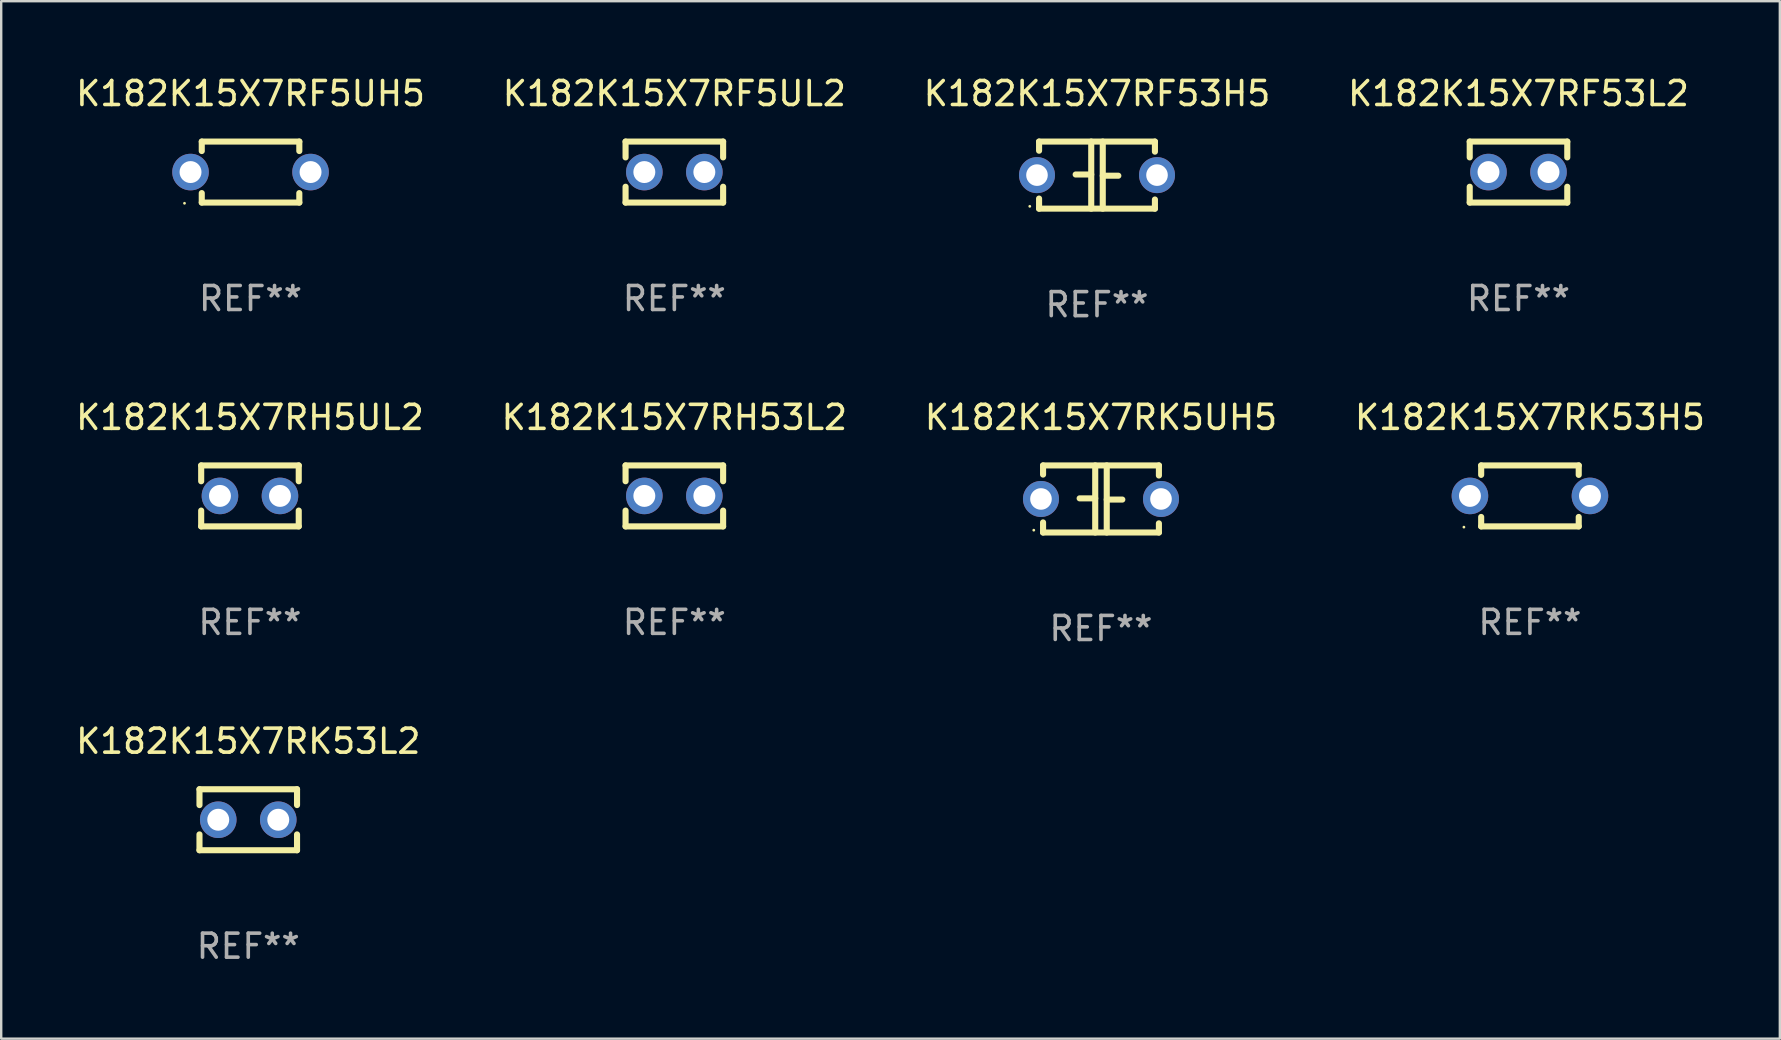
<source format=kicad_pcb>
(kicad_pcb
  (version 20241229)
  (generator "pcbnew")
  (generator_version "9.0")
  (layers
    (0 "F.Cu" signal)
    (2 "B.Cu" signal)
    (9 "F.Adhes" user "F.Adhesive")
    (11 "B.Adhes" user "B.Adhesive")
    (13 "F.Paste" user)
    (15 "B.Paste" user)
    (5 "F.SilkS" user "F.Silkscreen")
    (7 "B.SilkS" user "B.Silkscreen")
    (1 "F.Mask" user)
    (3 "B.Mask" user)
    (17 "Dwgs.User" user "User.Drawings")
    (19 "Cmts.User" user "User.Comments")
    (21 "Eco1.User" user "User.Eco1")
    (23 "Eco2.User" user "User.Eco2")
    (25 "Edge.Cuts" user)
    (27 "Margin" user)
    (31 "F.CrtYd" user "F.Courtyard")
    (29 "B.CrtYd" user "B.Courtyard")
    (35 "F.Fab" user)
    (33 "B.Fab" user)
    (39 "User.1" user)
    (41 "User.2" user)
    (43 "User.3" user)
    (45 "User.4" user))
  (footprint "K182K15X7RF53L2"
    (layer "F.Cu")
    (at 60.208 4.118)
    (property "Reference" "K182K15X7RF53L2" (at 0 -3.27 0) (layer "F.SilkS") (effects (font (size 1 1) (thickness 0.15))))
    (attr through_hole)
    (fp_line (start -2.032 -1.27) (end -2.032 -0.611) (stroke (width 0.254) (type solid)) (layer "F.SilkS"))
    (fp_line (start -2.032 0.611) (end -2.032 1.27) (stroke (width 0.254) (type solid)) (layer "F.SilkS"))
    (fp_line (start -2.032 1.27) (end 2.032 1.27) (stroke (width 0.254) (type solid)) (layer "F.SilkS"))
    (fp_line (start 2.032 -1.27) (end -2.032 -1.27) (stroke (width 0.254) (type solid)) (layer "F.SilkS"))
    (fp_line (start 2.032 -0.611) (end 2.032 -1.27) (stroke (width 0.254) (type solid)) (layer "F.SilkS"))
    (fp_line (start 2.032 1.27) (end 2.032 0.611) (stroke (width 0.254) (type solid)) (layer "F.SilkS"))
    (fp_circle (center -2 1.3) (end -1.97 1.3) (stroke (width 0.06) (type solid)) (fill no) (layer "F.SilkS"))
    (fp_text user "REF**" (at 0 5.27 0) (layer "F.Fab") (effects (font (size 1 1) (thickness 0.15))))
    (pad "1" thru_hole circle (at -1.25 0) (size 1.524 1.524) (drill 0.914) (layers "*.Cu" "*.Mask"))
    (pad "2" thru_hole circle (at 1.25 0) (size 1.524 1.524) (drill 0.914) (layers "*.Cu" "*.Mask")))
  (footprint "K182K15X7RF53H5"
    (layer "F.Cu")
    (at 42.649 4.245)
    (property "Reference" "K182K15X7RF53H5" (at 0 -3.397 0) (layer "F.SilkS") (effects (font (size 1 1) (thickness 0.15))))
    (attr through_hole)
    (fp_line (start -2.413 -1.397) (end 2.413 -1.397) (stroke (width 0.254) (type solid)) (layer "F.SilkS"))
    (fp_line (start -2.413 -1.016) (end -2.413 -1.397) (stroke (width 0.254) (type solid)) (layer "F.SilkS"))
    (fp_line (start -2.413 0.977) (end -2.413 1.397) (stroke (width 0.254) (type solid)) (layer "F.SilkS"))
    (fp_line (start -0.24 -0.025) (end -0.889 -0.025) (stroke (width 0.254) (type solid)) (layer "F.SilkS"))
    (fp_line (start -0.24 1.397) (end -0.24 -1.397) (stroke (width 0.254) (type solid)) (layer "F.SilkS"))
    (fp_line (start 0.24 -1.397) (end 0.24 1.397) (stroke (width 0.254) (type solid)) (layer "F.SilkS"))
    (fp_line (start 0.24 0.025) (end 0.889 0.025) (stroke (width 0.254) (type solid)) (layer "F.SilkS"))
    (fp_line (start 2.413 -0.977) (end 2.413 -1.397) (stroke (width 0.254) (type solid)) (layer "F.SilkS"))
    (fp_line (start 2.413 1.016) (end 2.413 1.397) (stroke (width 0.254) (type solid)) (layer "F.SilkS"))
    (fp_line (start 2.413 1.397) (end -2.413 1.397) (stroke (width 0.254) (type solid)) (layer "F.SilkS"))
    (fp_circle (center -2.8 1.3) (end -2.77 1.3) (stroke (width 0.06) (type solid)) (fill no) (layer "F.SilkS"))
    (fp_text user "REF**" (at 0 5.397 0) (layer "F.Fab") (effects (font (size 1 1) (thickness 0.15))))
    (pad "1" thru_hole circle (at -2.5 0) (size 1.5 1.5) (drill 0.9) (layers "*.Cu" "*.Mask"))
    (pad "2" thru_hole circle (at 2.5 0) (size 1.5 1.5) (drill 0.9) (layers "*.Cu" "*.Mask")))
  (footprint "K182K15X7RH53L2"
    (layer "F.Cu")
    (at 25.042 17.609)
    (property "Reference" "K182K15X7RH53L2" (at 0 -3.27 0) (layer "F.SilkS") (effects (font (size 1 1) (thickness 0.15))))
    (attr through_hole)
    (fp_line (start -2.032 -1.27) (end -2.032 -0.611) (stroke (width 0.254) (type solid)) (layer "F.SilkS"))
    (fp_line (start -2.032 0.611) (end -2.032 1.27) (stroke (width 0.254) (type solid)) (layer "F.SilkS"))
    (fp_line (start -2.032 1.27) (end 2.032 1.27) (stroke (width 0.254) (type solid)) (layer "F.SilkS"))
    (fp_line (start 2.032 -1.27) (end -2.032 -1.27) (stroke (width 0.254) (type solid)) (layer "F.SilkS"))
    (fp_line (start 2.032 -0.611) (end 2.032 -1.27) (stroke (width 0.254) (type solid)) (layer "F.SilkS"))
    (fp_line (start 2.032 1.27) (end 2.032 0.611) (stroke (width 0.254) (type solid)) (layer "F.SilkS"))
    (fp_circle (center -2 1.3) (end -1.97 1.3) (stroke (width 0.06) (type solid)) (fill no) (layer "F.SilkS"))
    (fp_text user "REF**" (at 0 5.27 0) (layer "F.Fab") (effects (font (size 1 1) (thickness 0.15))))
    (pad "1" thru_hole circle (at -1.25 0) (size 1.524 1.524) (drill 0.914) (layers "*.Cu" "*.Mask"))
    (pad "2" thru_hole circle (at 1.25 0) (size 1.524 1.524) (drill 0.914) (layers "*.Cu" "*.Mask")))
  (footprint "K182K15X7RK53L2"
    (layer "F.Cu")
    (at 7.292 31.099)
    (property "Reference" "K182K15X7RK53L2" (at 0 -3.27 0) (layer "F.SilkS") (effects (font (size 1 1) (thickness 0.15))))
    (attr through_hole)
    (fp_line (start -2.032 -1.27) (end -2.032 -0.611) (stroke (width 0.254) (type solid)) (layer "F.SilkS"))
    (fp_line (start -2.032 0.611) (end -2.032 1.27) (stroke (width 0.254) (type solid)) (layer "F.SilkS"))
    (fp_line (start -2.032 1.27) (end 2.032 1.27) (stroke (width 0.254) (type solid)) (layer "F.SilkS"))
    (fp_line (start 2.032 -1.27) (end -2.032 -1.27) (stroke (width 0.254) (type solid)) (layer "F.SilkS"))
    (fp_line (start 2.032 -0.611) (end 2.032 -1.27) (stroke (width 0.254) (type solid)) (layer "F.SilkS"))
    (fp_line (start 2.032 1.27) (end 2.032 0.611) (stroke (width 0.254) (type solid)) (layer "F.SilkS"))
    (fp_circle (center -2 1.3) (end -1.97 1.3) (stroke (width 0.06) (type solid)) (fill no) (layer "F.SilkS"))
    (fp_text user "REF**" (at 0 5.27 0) (layer "F.Fab") (effects (font (size 1 1) (thickness 0.15))))
    (pad "1" thru_hole circle (at -1.25 0) (size 1.524 1.524) (drill 0.914) (layers "*.Cu" "*.Mask"))
    (pad "2" thru_hole circle (at 1.25 0) (size 1.524 1.524) (drill 0.914) (layers "*.Cu" "*.Mask")))
  (footprint "K182K15X7RK5UH5"
    (layer "F.Cu")
    (at 42.815 17.736)
    (property "Reference" "K182K15X7RK5UH5" (at 0 -3.397 0) (layer "F.SilkS") (effects (font (size 1 1) (thickness 0.15))))
    (attr through_hole)
    (fp_line (start -2.413 -1.397) (end 2.413 -1.397) (stroke (width 0.254) (type solid)) (layer "F.SilkS"))
    (fp_line (start -2.413 -1.016) (end -2.413 -1.397) (stroke (width 0.254) (type solid)) (layer "F.SilkS"))
    (fp_line (start -2.413 0.977) (end -2.413 1.397) (stroke (width 0.254) (type solid)) (layer "F.SilkS"))
    (fp_line (start -0.24 -0.025) (end -0.889 -0.025) (stroke (width 0.254) (type solid)) (layer "F.SilkS"))
    (fp_line (start -0.24 1.397) (end -0.24 -1.397) (stroke (width 0.254) (type solid)) (layer "F.SilkS"))
    (fp_line (start 0.24 -1.397) (end 0.24 1.397) (stroke (width 0.254) (type solid)) (layer "F.SilkS"))
    (fp_line (start 0.24 0.025) (end 0.889 0.025) (stroke (width 0.254) (type solid)) (layer "F.SilkS"))
    (fp_line (start 2.413 -0.977) (end 2.413 -1.397) (stroke (width 0.254) (type solid)) (layer "F.SilkS"))
    (fp_line (start 2.413 1.016) (end 2.413 1.397) (stroke (width 0.254) (type solid)) (layer "F.SilkS"))
    (fp_line (start 2.413 1.397) (end -2.413 1.397) (stroke (width 0.254) (type solid)) (layer "F.SilkS"))
    (fp_circle (center -2.8 1.3) (end -2.77 1.3) (stroke (width 0.06) (type solid)) (fill no) (layer "F.SilkS"))
    (fp_text user "REF**" (at 0 5.397 0) (layer "F.Fab") (effects (font (size 1 1) (thickness 0.15))))
    (pad "1" thru_hole circle (at -2.5 0) (size 1.5 1.5) (drill 0.9) (layers "*.Cu" "*.Mask"))
    (pad "2" thru_hole circle (at 2.5 0) (size 1.5 1.5) (drill 0.9) (layers "*.Cu" "*.Mask")))
  (footprint "K182K15X7RH5UL2"
    (layer "F.Cu")
    (at 7.363 17.609)
    (property "Reference" "K182K15X7RH5UL2" (at 0 -3.27 0) (layer "F.SilkS") (effects (font (size 1 1) (thickness 0.15))))
    (attr through_hole)
    (fp_line (start -2.032 -1.27) (end -2.032 -0.611) (stroke (width 0.254) (type solid)) (layer "F.SilkS"))
    (fp_line (start -2.032 0.611) (end -2.032 1.27) (stroke (width 0.254) (type solid)) (layer "F.SilkS"))
    (fp_line (start -2.032 1.27) (end 2.032 1.27) (stroke (width 0.254) (type solid)) (layer "F.SilkS"))
    (fp_line (start 2.032 -1.27) (end -2.032 -1.27) (stroke (width 0.254) (type solid)) (layer "F.SilkS"))
    (fp_line (start 2.032 -0.611) (end 2.032 -1.27) (stroke (width 0.254) (type solid)) (layer "F.SilkS"))
    (fp_line (start 2.032 1.27) (end 2.032 0.611) (stroke (width 0.254) (type solid)) (layer "F.SilkS"))
    (fp_circle (center -2 1.3) (end -1.97 1.3) (stroke (width 0.06) (type solid)) (fill no) (layer "F.SilkS"))
    (fp_text user "REF**" (at 0 5.27 0) (layer "F.Fab") (effects (font (size 1 1) (thickness 0.15))))
    (pad "1" thru_hole circle (at -1.25 0) (size 1.524 1.524) (drill 0.914) (layers "*.Cu" "*.Mask"))
    (pad "2" thru_hole circle (at 1.25 0) (size 1.524 1.524) (drill 0.914) (layers "*.Cu" "*.Mask")))
  (footprint "K182K15X7RF5UH5"
    (layer "F.Cu")
    (at 7.387 4.118)
    (property "Reference" "K182K15X7RF5UH5" (at 0 -3.27 0) (layer "F.SilkS") (effects (font (size 1 1) (thickness 0.15))))
    (attr through_hole)
    (fp_line (start -2.032 -1.27) (end -2.032 -0.876) (stroke (width 0.254) (type solid)) (layer "F.SilkS"))
    (fp_line (start -2.032 0.876) (end -2.032 1.27) (stroke (width 0.254) (type solid)) (layer "F.SilkS"))
    (fp_line (start -2.032 1.27) (end 2.032 1.27) (stroke (width 0.254) (type solid)) (layer "F.SilkS"))
    (fp_line (start 2.032 -1.27) (end -2.032 -1.27) (stroke (width 0.254) (type solid)) (layer "F.SilkS"))
    (fp_line (start 2.032 -0.876) (end 2.032 -1.27) (stroke (width 0.254) (type solid)) (layer "F.SilkS"))
    (fp_line (start 2.032 1.27) (end 2.032 0.876) (stroke (width 0.254) (type solid)) (layer "F.SilkS"))
    (fp_circle (center -2.751 1.3) (end -2.721 1.3) (stroke (width 0.06) (type solid)) (fill no) (layer "F.SilkS"))
    (fp_text user "REF**" (at 0 5.27 0) (layer "F.Fab") (effects (font (size 1 1) (thickness 0.15))))
    (pad "1" thru_hole circle (at -2.5 0) (size 1.524 1.524) (drill 0.914) (layers "*.Cu" "*.Mask"))
    (pad "2" thru_hole circle (at 2.5 0) (size 1.524 1.524) (drill 0.914) (layers "*.Cu" "*.Mask")))
  (footprint "K182K15X7RK53H5"
    (layer "F.Cu")
    (at 60.685 17.609)
    (property "Reference" "K182K15X7RK53H5" (at 0 -3.27 0) (layer "F.SilkS") (effects (font (size 1 1) (thickness 0.15))))
    (attr through_hole)
    (fp_line (start -2.032 -1.27) (end -2.032 -0.876) (stroke (width 0.254) (type solid)) (layer "F.SilkS"))
    (fp_line (start -2.032 0.876) (end -2.032 1.27) (stroke (width 0.254) (type solid)) (layer "F.SilkS"))
    (fp_line (start -2.032 1.27) (end 2.032 1.27) (stroke (width 0.254) (type solid)) (layer "F.SilkS"))
    (fp_line (start 2.032 -1.27) (end -2.032 -1.27) (stroke (width 0.254) (type solid)) (layer "F.SilkS"))
    (fp_line (start 2.032 -0.876) (end 2.032 -1.27) (stroke (width 0.254) (type solid)) (layer "F.SilkS"))
    (fp_line (start 2.032 1.27) (end 2.032 0.876) (stroke (width 0.254) (type solid)) (layer "F.SilkS"))
    (fp_circle (center -2.751 1.3) (end -2.721 1.3) (stroke (width 0.06) (type solid)) (fill no) (layer "F.SilkS"))
    (fp_text user "REF**" (at 0 5.27 0) (layer "F.Fab") (effects (font (size 1 1) (thickness 0.15))))
    (pad "1" thru_hole circle (at -2.5 0) (size 1.524 1.524) (drill 0.914) (layers "*.Cu" "*.Mask"))
    (pad "2" thru_hole circle (at 2.5 0) (size 1.524 1.524) (drill 0.914) (layers "*.Cu" "*.Mask")))
  (footprint "K182K15X7RF5UL2"
    (layer "F.Cu")
    (at 25.042 4.118)
    (property "Reference" "K182K15X7RF5UL2" (at 0 -3.27 0) (layer "F.SilkS") (effects (font (size 1 1) (thickness 0.15))))
    (attr through_hole)
    (fp_line (start -2.032 -1.27) (end -2.032 -0.611) (stroke (width 0.254) (type solid)) (layer "F.SilkS"))
    (fp_line (start -2.032 0.611) (end -2.032 1.27) (stroke (width 0.254) (type solid)) (layer "F.SilkS"))
    (fp_line (start -2.032 1.27) (end 2.032 1.27) (stroke (width 0.254) (type solid)) (layer "F.SilkS"))
    (fp_line (start 2.032 -1.27) (end -2.032 -1.27) (stroke (width 0.254) (type solid)) (layer "F.SilkS"))
    (fp_line (start 2.032 -0.611) (end 2.032 -1.27) (stroke (width 0.254) (type solid)) (layer "F.SilkS"))
    (fp_line (start 2.032 1.27) (end 2.032 0.611) (stroke (width 0.254) (type solid)) (layer "F.SilkS"))
    (fp_circle (center -2 1.3) (end -1.97 1.3) (stroke (width 0.06) (type solid)) (fill no) (layer "F.SilkS"))
    (fp_text user "REF**" (at 0 5.27 0) (layer "F.Fab") (effects (font (size 1 1) (thickness 0.15))))
    (pad "1" thru_hole circle (at -1.25 0) (size 1.524 1.524) (drill 0.914) (layers "*.Cu" "*.Mask"))
    (pad "2" thru_hole circle (at 1.25 0) (size 1.524 1.524) (drill 0.914) (layers "*.Cu" "*.Mask")))
  (gr_rect
    (start -3 -3)
    (end 71.095 40.218)
    (stroke (width 0.1) (type default))
    (fill no)
    (layer "Edge.Cuts")))
</source>
